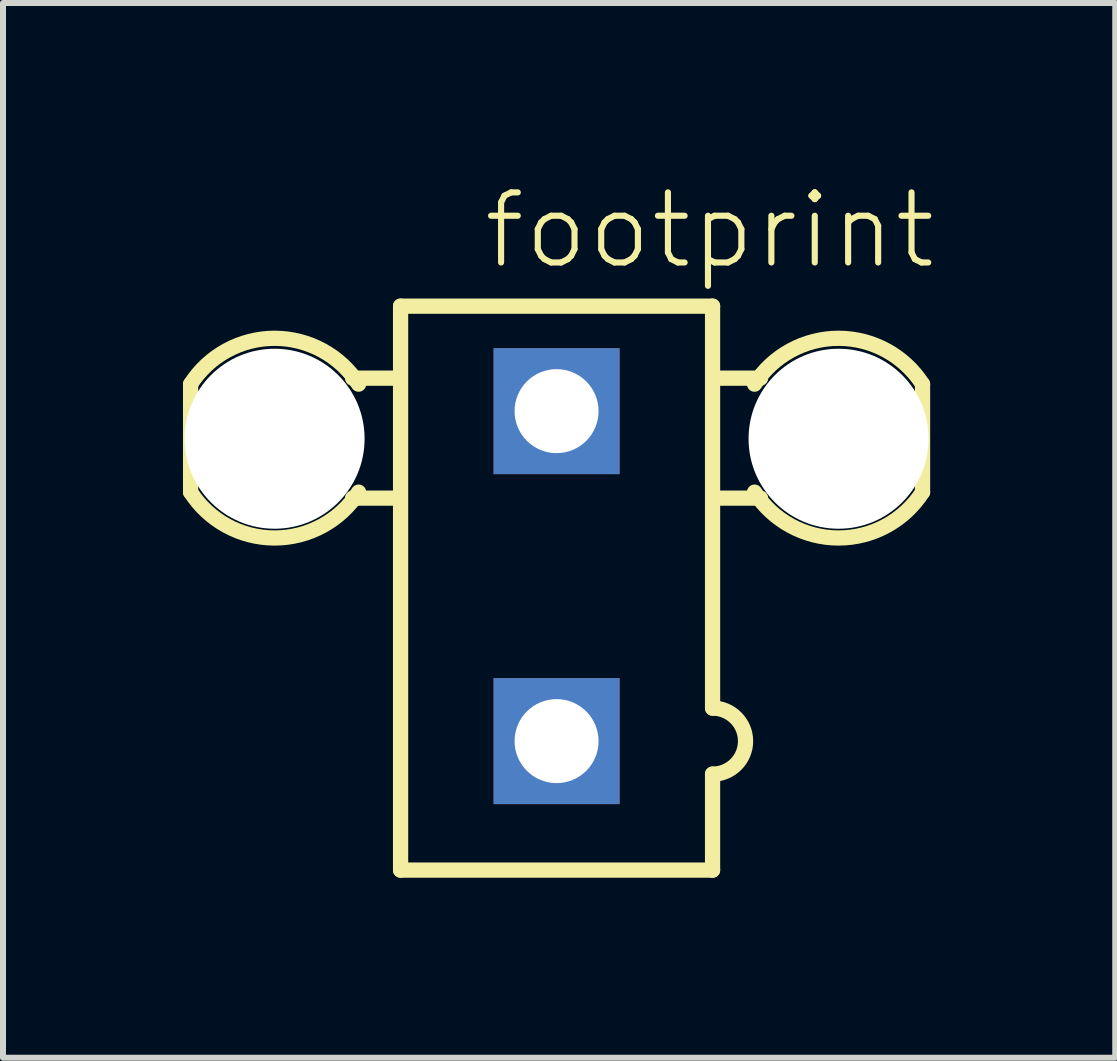
<source format=kicad_pcb>
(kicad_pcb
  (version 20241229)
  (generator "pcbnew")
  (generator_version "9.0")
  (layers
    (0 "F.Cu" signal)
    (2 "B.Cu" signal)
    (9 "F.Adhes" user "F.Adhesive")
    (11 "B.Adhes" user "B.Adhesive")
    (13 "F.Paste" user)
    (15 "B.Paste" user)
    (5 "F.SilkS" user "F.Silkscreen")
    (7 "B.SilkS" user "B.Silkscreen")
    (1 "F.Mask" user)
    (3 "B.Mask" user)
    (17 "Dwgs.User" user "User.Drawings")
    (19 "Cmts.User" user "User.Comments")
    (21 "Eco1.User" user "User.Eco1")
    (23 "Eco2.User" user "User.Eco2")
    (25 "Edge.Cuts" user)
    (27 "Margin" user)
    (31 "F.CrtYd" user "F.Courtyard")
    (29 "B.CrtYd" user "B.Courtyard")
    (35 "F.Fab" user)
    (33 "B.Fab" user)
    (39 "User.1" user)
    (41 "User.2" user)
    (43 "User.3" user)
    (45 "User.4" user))
  (footprint "footprint"
    (layer "F.Cu")
    (at 6.227 6.553)
    (property "Reference" "footprint" (at -1.27 -5.08 0) (layer "F.SilkS") (effects (font (size 1.168 1.168) (thickness 0.102)) (justify left bottom)))
    (fp_line (start -6.1 -3.2) (end -6.1 -1.4) (stroke (width 0.254) (type solid)) (layer "F.SilkS"))
    (fp_line (start -3.4 -3.3) (end -2.7 -3.3) (stroke (width 0.254) (type solid)) (layer "F.SilkS"))
    (fp_line (start -3.4 -1.3) (end -2.7 -1.3) (stroke (width 0.254) (type solid)) (layer "F.SilkS"))
    (fp_line (start -2.6 -4.5) (end 2.6 -4.5) (stroke (width 0.254) (type solid)) (layer "F.SilkS"))
    (fp_line (start -2.6 4.9) (end -2.6 -4.5) (stroke (width 0.254) (type solid)) (layer "F.SilkS"))
    (fp_line (start 2.6 -4.5) (end 2.6 2.2) (stroke (width 0.254) (type solid)) (layer "F.SilkS"))
    (fp_line (start 2.6 3.3) (end 2.6 4.9) (stroke (width 0.254) (type solid)) (layer "F.SilkS"))
    (fp_line (start 2.6 4.9) (end -2.6 4.9) (stroke (width 0.254) (type solid)) (layer "F.SilkS"))
    (fp_line (start 3.4 -3.3) (end 2.7 -3.3) (stroke (width 0.254) (type solid)) (layer "F.SilkS"))
    (fp_line (start 3.4 -1.3) (end 2.7 -1.3) (stroke (width 0.254) (type solid)) (layer "F.SilkS"))
    (fp_line (start 6.1 -1.4) (end 6.1 -3.2) (stroke (width 0.254) (type solid)) (layer "F.SilkS"))
    (fp_arc (start -6.1 -3.2) (mid -4.699999 -3.964331) (end -3.299999 -3.199999) (stroke (width 0.254) (type solid)) (layer "F.SilkS"))
    (fp_arc (start -3.3 -1.4) (mid -4.7 -0.635668) (end -6.1 -1.4) (stroke (width 0.254) (type solid)) (layer "F.SilkS"))
    (fp_arc (start 2.6 2.2) (mid 3.15 2.75) (end 2.6 3.3) (stroke (width 0.254) (type solid)) (layer "F.SilkS"))
    (fp_arc (start 3.3 -3.2) (mid 4.700001 -3.964331) (end 6.100001 -3.199999) (stroke (width 0.254) (type solid)) (layer "F.SilkS"))
    (fp_arc (start 6.1 -1.4) (mid 4.7 -0.635668) (end 3.3 -1.4) (stroke (width 0.254) (type solid)) (layer "F.SilkS"))
    (pad "" np_thru_hole circle (at -4.7 -2.29) (size 3 3) (drill 3) (layers "*.Cu" "*.Mask"))
    (pad "" np_thru_hole circle (at 4.7 -2.29) (size 3 3) (drill 3) (layers "*.Cu" "*.Mask"))
    (pad "1" thru_hole rect (at 0 2.75) (size 2.1 2.1) (drill 1.4) (layers "*.Cu" "*.Mask"))
    (pad "2" thru_hole rect (at 0 -2.75) (size 2.1 2.1) (drill 1.4) (layers "*.Cu" "*.Mask")))
  (gr_rect
    (start -3 -3)
    (end 15.539 14.58)
    (stroke (width 0.1) (type default))
    (fill no)
    (layer "Edge.Cuts")))
</source>
